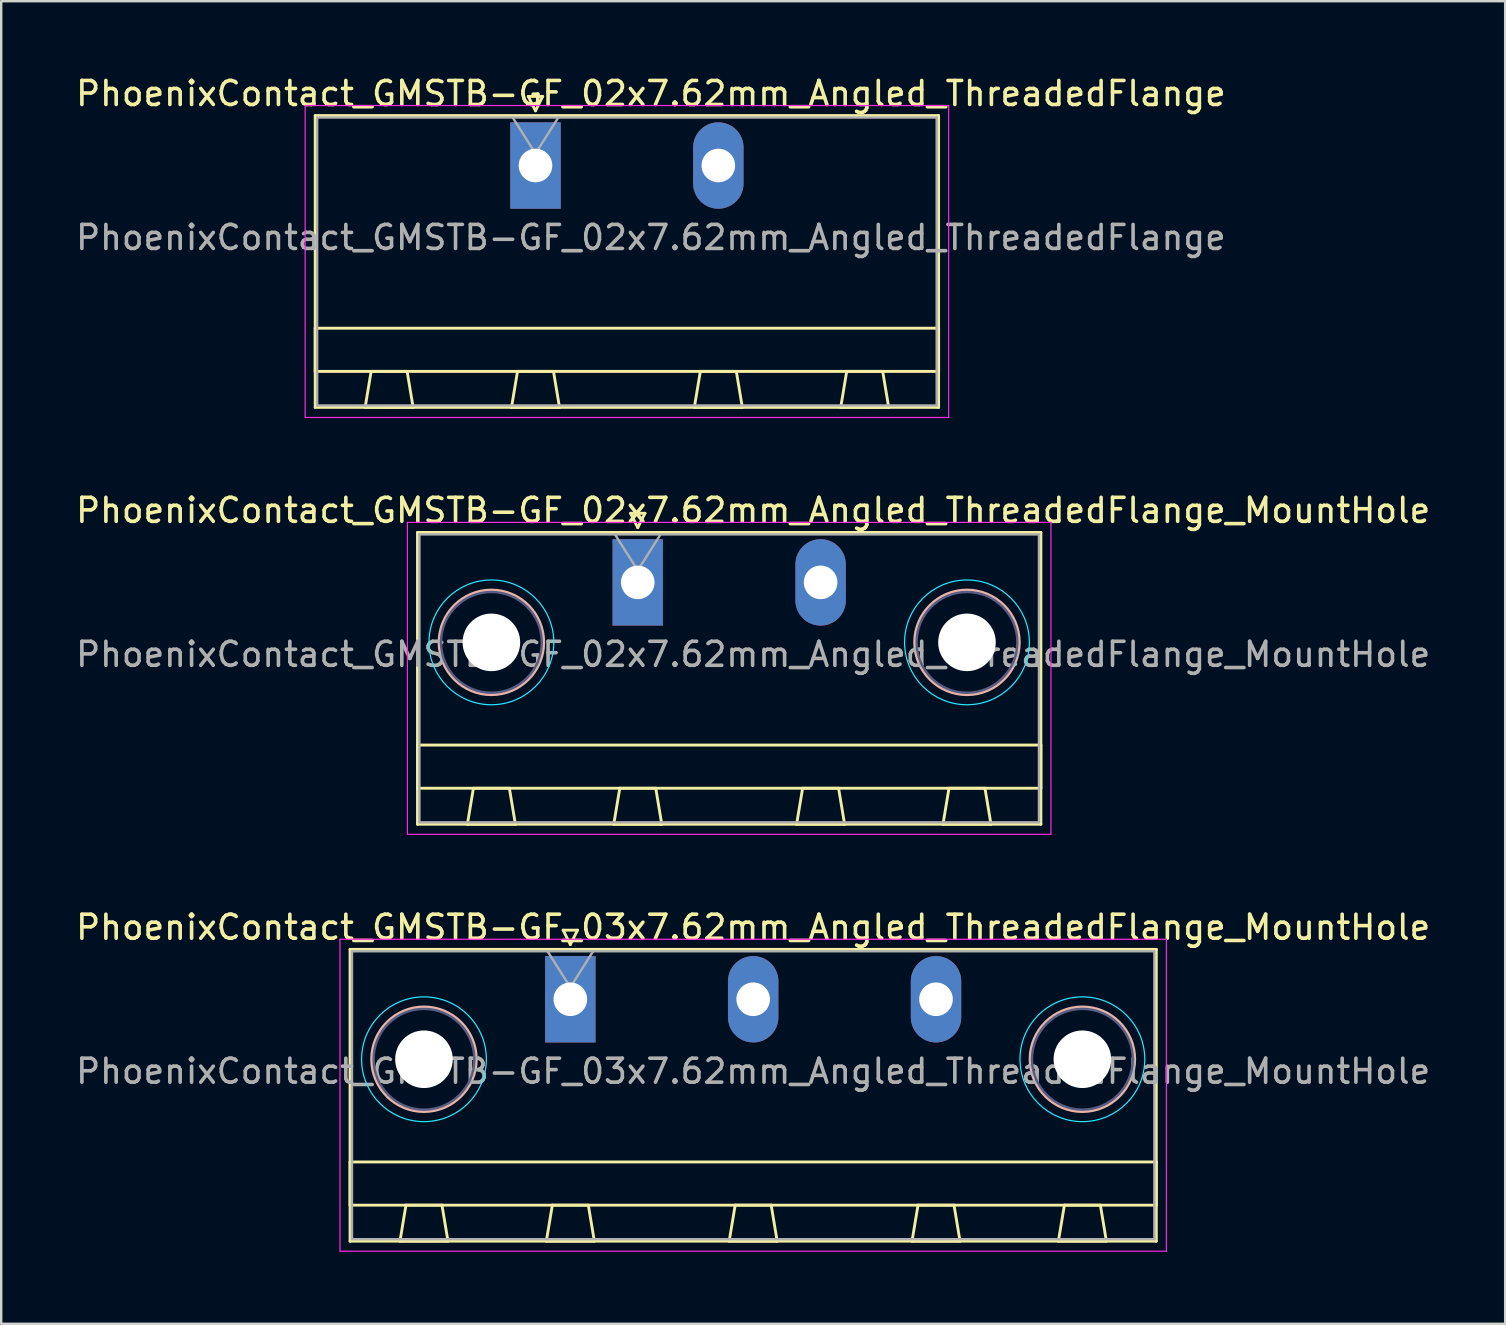
<source format=kicad_pcb>
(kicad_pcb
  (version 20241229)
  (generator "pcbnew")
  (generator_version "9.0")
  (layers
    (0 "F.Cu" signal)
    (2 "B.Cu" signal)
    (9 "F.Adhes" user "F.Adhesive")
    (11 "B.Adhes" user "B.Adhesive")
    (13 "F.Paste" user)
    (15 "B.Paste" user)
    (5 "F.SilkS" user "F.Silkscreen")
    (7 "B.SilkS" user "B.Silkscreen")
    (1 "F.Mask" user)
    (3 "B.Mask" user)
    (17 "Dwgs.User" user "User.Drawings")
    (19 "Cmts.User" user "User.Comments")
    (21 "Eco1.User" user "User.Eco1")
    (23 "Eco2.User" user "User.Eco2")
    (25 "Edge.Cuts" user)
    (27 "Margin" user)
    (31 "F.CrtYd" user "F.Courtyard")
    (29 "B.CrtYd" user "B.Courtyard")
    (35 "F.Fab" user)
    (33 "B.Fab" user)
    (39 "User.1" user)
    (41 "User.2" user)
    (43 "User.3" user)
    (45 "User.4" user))
  (footprint "PhoenixContact_GMSTB-GF_03x7.62mm_Angled_ThreadedFlange_MountHole"
    (layer "F.Cu")
    (at 20.719 38.595)
    (property "Reference" "PhoenixContact_GMSTB-GF_03x7.62mm_Angled_ThreadedFlange_MountHole" (at 7.62 -3 0) (layer "F.SilkS") (effects (font (size 1 1) (thickness 0.15))))
    (attr through_hole)
    (fp_line (start -9.18 -2.08) (end -9.18 10.08) (stroke (width 0.12) (type solid)) (layer "F.SilkS"))
    (fp_line (start -9.18 6.78) (end 24.42 6.78) (stroke (width 0.12) (type solid)) (layer "F.SilkS"))
    (fp_line (start -9.18 8.58) (end -9.18 6.78) (stroke (width 0.12) (type solid)) (layer "F.SilkS"))
    (fp_line (start -9.18 10.08) (end 24.42 10.08) (stroke (width 0.12) (type solid)) (layer "F.SilkS"))
    (fp_line (start -7.1 10.08) (end -5.1 10.08) (stroke (width 0.12) (type solid)) (layer "F.SilkS"))
    (fp_line (start -6.85 8.58) (end -7.1 10.08) (stroke (width 0.12) (type solid)) (layer "F.SilkS"))
    (fp_line (start -5.35 8.58) (end -6.85 8.58) (stroke (width 0.12) (type solid)) (layer "F.SilkS"))
    (fp_line (start -5.1 10.08) (end -5.35 8.58) (stroke (width 0.12) (type solid)) (layer "F.SilkS"))
    (fp_line (start -1 10.08) (end 1 10.08) (stroke (width 0.12) (type solid)) (layer "F.SilkS"))
    (fp_line (start -0.75 8.58) (end -1 10.08) (stroke (width 0.12) (type solid)) (layer "F.SilkS"))
    (fp_line (start -0.3 -2.88) (end 0.3 -2.88) (stroke (width 0.12) (type solid)) (layer "F.SilkS"))
    (fp_line (start 0 -2.28) (end -0.3 -2.88) (stroke (width 0.12) (type solid)) (layer "F.SilkS"))
    (fp_line (start 0.3 -2.88) (end 0 -2.28) (stroke (width 0.12) (type solid)) (layer "F.SilkS"))
    (fp_line (start 0.75 8.58) (end -0.75 8.58) (stroke (width 0.12) (type solid)) (layer "F.SilkS"))
    (fp_line (start 1 10.08) (end 0.75 8.58) (stroke (width 0.12) (type solid)) (layer "F.SilkS"))
    (fp_line (start 6.62 10.08) (end 8.62 10.08) (stroke (width 0.12) (type solid)) (layer "F.SilkS"))
    (fp_line (start 6.87 8.58) (end 6.62 10.08) (stroke (width 0.12) (type solid)) (layer "F.SilkS"))
    (fp_line (start 8.37 8.58) (end 6.87 8.58) (stroke (width 0.12) (type solid)) (layer "F.SilkS"))
    (fp_line (start 8.62 10.08) (end 8.37 8.58) (stroke (width 0.12) (type solid)) (layer "F.SilkS"))
    (fp_line (start 14.24 10.08) (end 16.24 10.08) (stroke (width 0.12) (type solid)) (layer "F.SilkS"))
    (fp_line (start 14.49 8.58) (end 14.24 10.08) (stroke (width 0.12) (type solid)) (layer "F.SilkS"))
    (fp_line (start 15.99 8.58) (end 14.49 8.58) (stroke (width 0.12) (type solid)) (layer "F.SilkS"))
    (fp_line (start 16.24 10.08) (end 15.99 8.58) (stroke (width 0.12) (type solid)) (layer "F.SilkS"))
    (fp_line (start 20.34 10.08) (end 22.34 10.08) (stroke (width 0.12) (type solid)) (layer "F.SilkS"))
    (fp_line (start 20.59 8.58) (end 20.34 10.08) (stroke (width 0.12) (type solid)) (layer "F.SilkS"))
    (fp_line (start 22.09 8.58) (end 20.59 8.58) (stroke (width 0.12) (type solid)) (layer "F.SilkS"))
    (fp_line (start 22.34 10.08) (end 22.09 8.58) (stroke (width 0.12) (type solid)) (layer "F.SilkS"))
    (fp_line (start 24.42 -2.08) (end -9.18 -2.08) (stroke (width 0.12) (type solid)) (layer "F.SilkS"))
    (fp_line (start 24.42 6.78) (end 24.42 8.58) (stroke (width 0.12) (type solid)) (layer "F.SilkS"))
    (fp_line (start 24.42 8.58) (end -9.18 8.58) (stroke (width 0.12) (type solid)) (layer "F.SilkS"))
    (fp_line (start 24.42 10.08) (end 24.42 -2.08) (stroke (width 0.12) (type solid)) (layer "F.SilkS"))
    (fp_circle (center -6.1 2.5) (end -3.92 2.5) (stroke (width 0.12) (type solid)) (fill no) (layer "B.SilkS"))
    (fp_circle (center 21.34 2.5) (end 23.52 2.5) (stroke (width 0.12) (type solid)) (fill no) (layer "B.SilkS"))
    (fp_circle (center -6.1 2.5) (end -3.5 2.5) (stroke (width 0.05) (type solid)) (fill no) (layer "B.CrtYd"))
    (fp_circle (center 21.34 2.5) (end 23.94 2.5) (stroke (width 0.05) (type solid)) (fill no) (layer "B.CrtYd"))
    (fp_line (start -9.6 -2.5) (end -9.6 10.5) (stroke (width 0.05) (type solid)) (layer "F.CrtYd"))
    (fp_line (start -9.6 10.5) (end 24.84 10.5) (stroke (width 0.05) (type solid)) (layer "F.CrtYd"))
    (fp_line (start 24.84 -2.5) (end -9.6 -2.5) (stroke (width 0.05) (type solid)) (layer "F.CrtYd"))
    (fp_line (start 24.84 10.5) (end 24.84 -2.5) (stroke (width 0.05) (type solid)) (layer "F.CrtYd"))
    (fp_circle (center -6.1 2.5) (end -4 2.5) (stroke (width 0.1) (type solid)) (fill no) (layer "B.Fab"))
    (fp_circle (center 21.34 2.5) (end 23.44 2.5) (stroke (width 0.1) (type solid)) (fill no) (layer "B.Fab"))
    (fp_line (start -9.1 -2) (end -9.1 10) (stroke (width 0.1) (type solid)) (layer "F.Fab"))
    (fp_line (start -9.1 10) (end 24.34 10) (stroke (width 0.1) (type solid)) (layer "F.Fab"))
    (fp_line (start 0 -0.5) (end -0.95 -2) (stroke (width 0.1) (type solid)) (layer "F.Fab"))
    (fp_line (start 0.95 -2) (end 0 -0.5) (stroke (width 0.1) (type solid)) (layer "F.Fab"))
    (fp_line (start 24.34 -2) (end -9.1 -2) (stroke (width 0.1) (type solid)) (layer "F.Fab"))
    (fp_line (start 24.34 10) (end 24.34 -2) (stroke (width 0.1) (type solid)) (layer "F.Fab"))
    (fp_text user "${REFERENCE}" (at 7.62 3 0) (layer "F.Fab") (effects (font (size 1 1) (thickness 0.15))))
    (pad "" np_thru_hole circle (at -6.1 2.5) (size 2.4 2.4) (drill 2.4) (layers "*.Cu" "*.Mask"))
    (pad "" np_thru_hole circle (at 21.34 2.5) (size 2.4 2.4) (drill 2.4) (layers "*.Cu" "*.Mask"))
    (pad "1" thru_hole rect (at 0 0) (size 2.1 3.6) (drill 1.4) (layers "*.Cu" "*.Mask"))
    (pad "2" thru_hole oval (at 7.62 0) (size 2.1 3.6) (drill 1.4) (layers "*.Cu" "*.Mask"))
    (pad "3" thru_hole oval (at 15.24 0) (size 2.1 3.6) (drill 1.4) (layers "*.Cu" "*.Mask")))
  (footprint "PhoenixContact_GMSTB-GF_02x7.62mm_Angled_ThreadedFlange_MountHole"
    (layer "F.Cu")
    (at 23.529 21.221)
    (property "Reference" "PhoenixContact_GMSTB-GF_02x7.62mm_Angled_ThreadedFlange_MountHole" (at 4.81 -3 0) (layer "F.SilkS") (effects (font (size 1 1) (thickness 0.15))))
    (attr through_hole)
    (fp_line (start -9.18 -2.08) (end -9.18 10.08) (stroke (width 0.12) (type solid)) (layer "F.SilkS"))
    (fp_line (start -9.18 6.78) (end 16.8 6.78) (stroke (width 0.12) (type solid)) (layer "F.SilkS"))
    (fp_line (start -9.18 8.58) (end -9.18 6.78) (stroke (width 0.12) (type solid)) (layer "F.SilkS"))
    (fp_line (start -9.18 10.08) (end 16.8 10.08) (stroke (width 0.12) (type solid)) (layer "F.SilkS"))
    (fp_line (start -7.1 10.08) (end -5.1 10.08) (stroke (width 0.12) (type solid)) (layer "F.SilkS"))
    (fp_line (start -6.85 8.58) (end -7.1 10.08) (stroke (width 0.12) (type solid)) (layer "F.SilkS"))
    (fp_line (start -5.35 8.58) (end -6.85 8.58) (stroke (width 0.12) (type solid)) (layer "F.SilkS"))
    (fp_line (start -5.1 10.08) (end -5.35 8.58) (stroke (width 0.12) (type solid)) (layer "F.SilkS"))
    (fp_line (start -1 10.08) (end 1 10.08) (stroke (width 0.12) (type solid)) (layer "F.SilkS"))
    (fp_line (start -0.75 8.58) (end -1 10.08) (stroke (width 0.12) (type solid)) (layer "F.SilkS"))
    (fp_line (start -0.3 -2.88) (end 0.3 -2.88) (stroke (width 0.12) (type solid)) (layer "F.SilkS"))
    (fp_line (start 0 -2.28) (end -0.3 -2.88) (stroke (width 0.12) (type solid)) (layer "F.SilkS"))
    (fp_line (start 0.3 -2.88) (end 0 -2.28) (stroke (width 0.12) (type solid)) (layer "F.SilkS"))
    (fp_line (start 0.75 8.58) (end -0.75 8.58) (stroke (width 0.12) (type solid)) (layer "F.SilkS"))
    (fp_line (start 1 10.08) (end 0.75 8.58) (stroke (width 0.12) (type solid)) (layer "F.SilkS"))
    (fp_line (start 6.62 10.08) (end 8.62 10.08) (stroke (width 0.12) (type solid)) (layer "F.SilkS"))
    (fp_line (start 6.87 8.58) (end 6.62 10.08) (stroke (width 0.12) (type solid)) (layer "F.SilkS"))
    (fp_line (start 8.37 8.58) (end 6.87 8.58) (stroke (width 0.12) (type solid)) (layer "F.SilkS"))
    (fp_line (start 8.62 10.08) (end 8.37 8.58) (stroke (width 0.12) (type solid)) (layer "F.SilkS"))
    (fp_line (start 12.72 10.08) (end 14.72 10.08) (stroke (width 0.12) (type solid)) (layer "F.SilkS"))
    (fp_line (start 12.97 8.58) (end 12.72 10.08) (stroke (width 0.12) (type solid)) (layer "F.SilkS"))
    (fp_line (start 14.47 8.58) (end 12.97 8.58) (stroke (width 0.12) (type solid)) (layer "F.SilkS"))
    (fp_line (start 14.72 10.08) (end 14.47 8.58) (stroke (width 0.12) (type solid)) (layer "F.SilkS"))
    (fp_line (start 16.8 -2.08) (end -9.18 -2.08) (stroke (width 0.12) (type solid)) (layer "F.SilkS"))
    (fp_line (start 16.8 6.78) (end 16.8 8.58) (stroke (width 0.12) (type solid)) (layer "F.SilkS"))
    (fp_line (start 16.8 8.58) (end -9.18 8.58) (stroke (width 0.12) (type solid)) (layer "F.SilkS"))
    (fp_line (start 16.8 10.08) (end 16.8 -2.08) (stroke (width 0.12) (type solid)) (layer "F.SilkS"))
    (fp_circle (center -6.1 2.5) (end -3.92 2.5) (stroke (width 0.12) (type solid)) (fill no) (layer "B.SilkS"))
    (fp_circle (center 13.72 2.5) (end 15.9 2.5) (stroke (width 0.12) (type solid)) (fill no) (layer "B.SilkS"))
    (fp_circle (center -6.1 2.5) (end -3.5 2.5) (stroke (width 0.05) (type solid)) (fill no) (layer "B.CrtYd"))
    (fp_circle (center 13.72 2.5) (end 16.32 2.5) (stroke (width 0.05) (type solid)) (fill no) (layer "B.CrtYd"))
    (fp_line (start -9.6 -2.5) (end -9.6 10.5) (stroke (width 0.05) (type solid)) (layer "F.CrtYd"))
    (fp_line (start -9.6 10.5) (end 17.22 10.5) (stroke (width 0.05) (type solid)) (layer "F.CrtYd"))
    (fp_line (start 17.22 -2.5) (end -9.6 -2.5) (stroke (width 0.05) (type solid)) (layer "F.CrtYd"))
    (fp_line (start 17.22 10.5) (end 17.22 -2.5) (stroke (width 0.05) (type solid)) (layer "F.CrtYd"))
    (fp_circle (center -6.1 2.5) (end -4 2.5) (stroke (width 0.1) (type solid)) (fill no) (layer "B.Fab"))
    (fp_circle (center 13.72 2.5) (end 15.82 2.5) (stroke (width 0.1) (type solid)) (fill no) (layer "B.Fab"))
    (fp_line (start -9.1 -2) (end -9.1 10) (stroke (width 0.1) (type solid)) (layer "F.Fab"))
    (fp_line (start -9.1 10) (end 16.72 10) (stroke (width 0.1) (type solid)) (layer "F.Fab"))
    (fp_line (start 0 -0.5) (end -0.95 -2) (stroke (width 0.1) (type solid)) (layer "F.Fab"))
    (fp_line (start 0.95 -2) (end 0 -0.5) (stroke (width 0.1) (type solid)) (layer "F.Fab"))
    (fp_line (start 16.72 -2) (end -9.1 -2) (stroke (width 0.1) (type solid)) (layer "F.Fab"))
    (fp_line (start 16.72 10) (end 16.72 -2) (stroke (width 0.1) (type solid)) (layer "F.Fab"))
    (fp_text user "${REFERENCE}" (at 4.81 3 0) (layer "F.Fab") (effects (font (size 1 1) (thickness 0.15))))
    (pad "" np_thru_hole circle (at -6.1 2.5) (size 2.4 2.4) (drill 2.4) (layers "*.Cu" "*.Mask"))
    (pad "" np_thru_hole circle (at 13.72 2.5) (size 2.4 2.4) (drill 2.4) (layers "*.Cu" "*.Mask"))
    (pad "1" thru_hole rect (at 0 0) (size 2.1 3.6) (drill 1.4) (layers "*.Cu" "*.Mask"))
    (pad "2" thru_hole oval (at 7.62 0) (size 2.1 3.6) (drill 1.4) (layers "*.Cu" "*.Mask")))
  (footprint "PhoenixContact_GMSTB-GF_02x7.62mm_Angled_ThreadedFlange"
    (layer "F.Cu")
    (at 19.267 3.848)
    (property "Reference" "PhoenixContact_GMSTB-GF_02x7.62mm_Angled_ThreadedFlange" (at 4.81 -3 0) (layer "F.SilkS") (effects (font (size 1 1) (thickness 0.15))))
    (attr through_hole)
    (fp_line (start -9.18 -2.08) (end -9.18 10.08) (stroke (width 0.12) (type solid)) (layer "F.SilkS"))
    (fp_line (start -9.18 6.78) (end 16.8 6.78) (stroke (width 0.12) (type solid)) (layer "F.SilkS"))
    (fp_line (start -9.18 8.58) (end -9.18 6.78) (stroke (width 0.12) (type solid)) (layer "F.SilkS"))
    (fp_line (start -9.18 10.08) (end 16.8 10.08) (stroke (width 0.12) (type solid)) (layer "F.SilkS"))
    (fp_line (start -7.1 10.08) (end -5.1 10.08) (stroke (width 0.12) (type solid)) (layer "F.SilkS"))
    (fp_line (start -6.85 8.58) (end -7.1 10.08) (stroke (width 0.12) (type solid)) (layer "F.SilkS"))
    (fp_line (start -5.35 8.58) (end -6.85 8.58) (stroke (width 0.12) (type solid)) (layer "F.SilkS"))
    (fp_line (start -5.1 10.08) (end -5.35 8.58) (stroke (width 0.12) (type solid)) (layer "F.SilkS"))
    (fp_line (start -1 10.08) (end 1 10.08) (stroke (width 0.12) (type solid)) (layer "F.SilkS"))
    (fp_line (start -0.75 8.58) (end -1 10.08) (stroke (width 0.12) (type solid)) (layer "F.SilkS"))
    (fp_line (start -0.3 -2.88) (end 0.3 -2.88) (stroke (width 0.12) (type solid)) (layer "F.SilkS"))
    (fp_line (start 0 -2.28) (end -0.3 -2.88) (stroke (width 0.12) (type solid)) (layer "F.SilkS"))
    (fp_line (start 0.3 -2.88) (end 0 -2.28) (stroke (width 0.12) (type solid)) (layer "F.SilkS"))
    (fp_line (start 0.75 8.58) (end -0.75 8.58) (stroke (width 0.12) (type solid)) (layer "F.SilkS"))
    (fp_line (start 1 10.08) (end 0.75 8.58) (stroke (width 0.12) (type solid)) (layer "F.SilkS"))
    (fp_line (start 6.62 10.08) (end 8.62 10.08) (stroke (width 0.12) (type solid)) (layer "F.SilkS"))
    (fp_line (start 6.87 8.58) (end 6.62 10.08) (stroke (width 0.12) (type solid)) (layer "F.SilkS"))
    (fp_line (start 8.37 8.58) (end 6.87 8.58) (stroke (width 0.12) (type solid)) (layer "F.SilkS"))
    (fp_line (start 8.62 10.08) (end 8.37 8.58) (stroke (width 0.12) (type solid)) (layer "F.SilkS"))
    (fp_line (start 12.72 10.08) (end 14.72 10.08) (stroke (width 0.12) (type solid)) (layer "F.SilkS"))
    (fp_line (start 12.97 8.58) (end 12.72 10.08) (stroke (width 0.12) (type solid)) (layer "F.SilkS"))
    (fp_line (start 14.47 8.58) (end 12.97 8.58) (stroke (width 0.12) (type solid)) (layer "F.SilkS"))
    (fp_line (start 14.72 10.08) (end 14.47 8.58) (stroke (width 0.12) (type solid)) (layer "F.SilkS"))
    (fp_line (start 16.8 -2.08) (end -9.18 -2.08) (stroke (width 0.12) (type solid)) (layer "F.SilkS"))
    (fp_line (start 16.8 6.78) (end 16.8 8.58) (stroke (width 0.12) (type solid)) (layer "F.SilkS"))
    (fp_line (start 16.8 8.58) (end -9.18 8.58) (stroke (width 0.12) (type solid)) (layer "F.SilkS"))
    (fp_line (start 16.8 10.08) (end 16.8 -2.08) (stroke (width 0.12) (type solid)) (layer "F.SilkS"))
    (fp_line (start -9.6 -2.5) (end -9.6 10.5) (stroke (width 0.05) (type solid)) (layer "F.CrtYd"))
    (fp_line (start -9.6 10.5) (end 17.22 10.5) (stroke (width 0.05) (type solid)) (layer "F.CrtYd"))
    (fp_line (start 17.22 -2.5) (end -9.6 -2.5) (stroke (width 0.05) (type solid)) (layer "F.CrtYd"))
    (fp_line (start 17.22 10.5) (end 17.22 -2.5) (stroke (width 0.05) (type solid)) (layer "F.CrtYd"))
    (fp_line (start -9.1 -2) (end -9.1 10) (stroke (width 0.1) (type solid)) (layer "F.Fab"))
    (fp_line (start -9.1 10) (end 16.72 10) (stroke (width 0.1) (type solid)) (layer "F.Fab"))
    (fp_line (start 0 -0.5) (end -0.95 -2) (stroke (width 0.1) (type solid)) (layer "F.Fab"))
    (fp_line (start 0.95 -2) (end 0 -0.5) (stroke (width 0.1) (type solid)) (layer "F.Fab"))
    (fp_line (start 16.72 -2) (end -9.1 -2) (stroke (width 0.1) (type solid)) (layer "F.Fab"))
    (fp_line (start 16.72 10) (end 16.72 -2) (stroke (width 0.1) (type solid)) (layer "F.Fab"))
    (fp_text user "${REFERENCE}" (at 4.81 3 0) (layer "F.Fab") (effects (font (size 1 1) (thickness 0.15))))
    (pad "1" thru_hole rect (at 0 0) (size 2.1 3.6) (drill 1.4) (layers "*.Cu" "*.Mask"))
    (pad "2" thru_hole oval (at 7.62 0) (size 2.1 3.6) (drill 1.4) (layers "*.Cu" "*.Mask")))
  (gr_rect
    (start -3 -3)
    (end 59.679 52.12)
    (stroke (width 0.1) (type default))
    (fill no)
    (layer "Edge.Cuts")))
</source>
